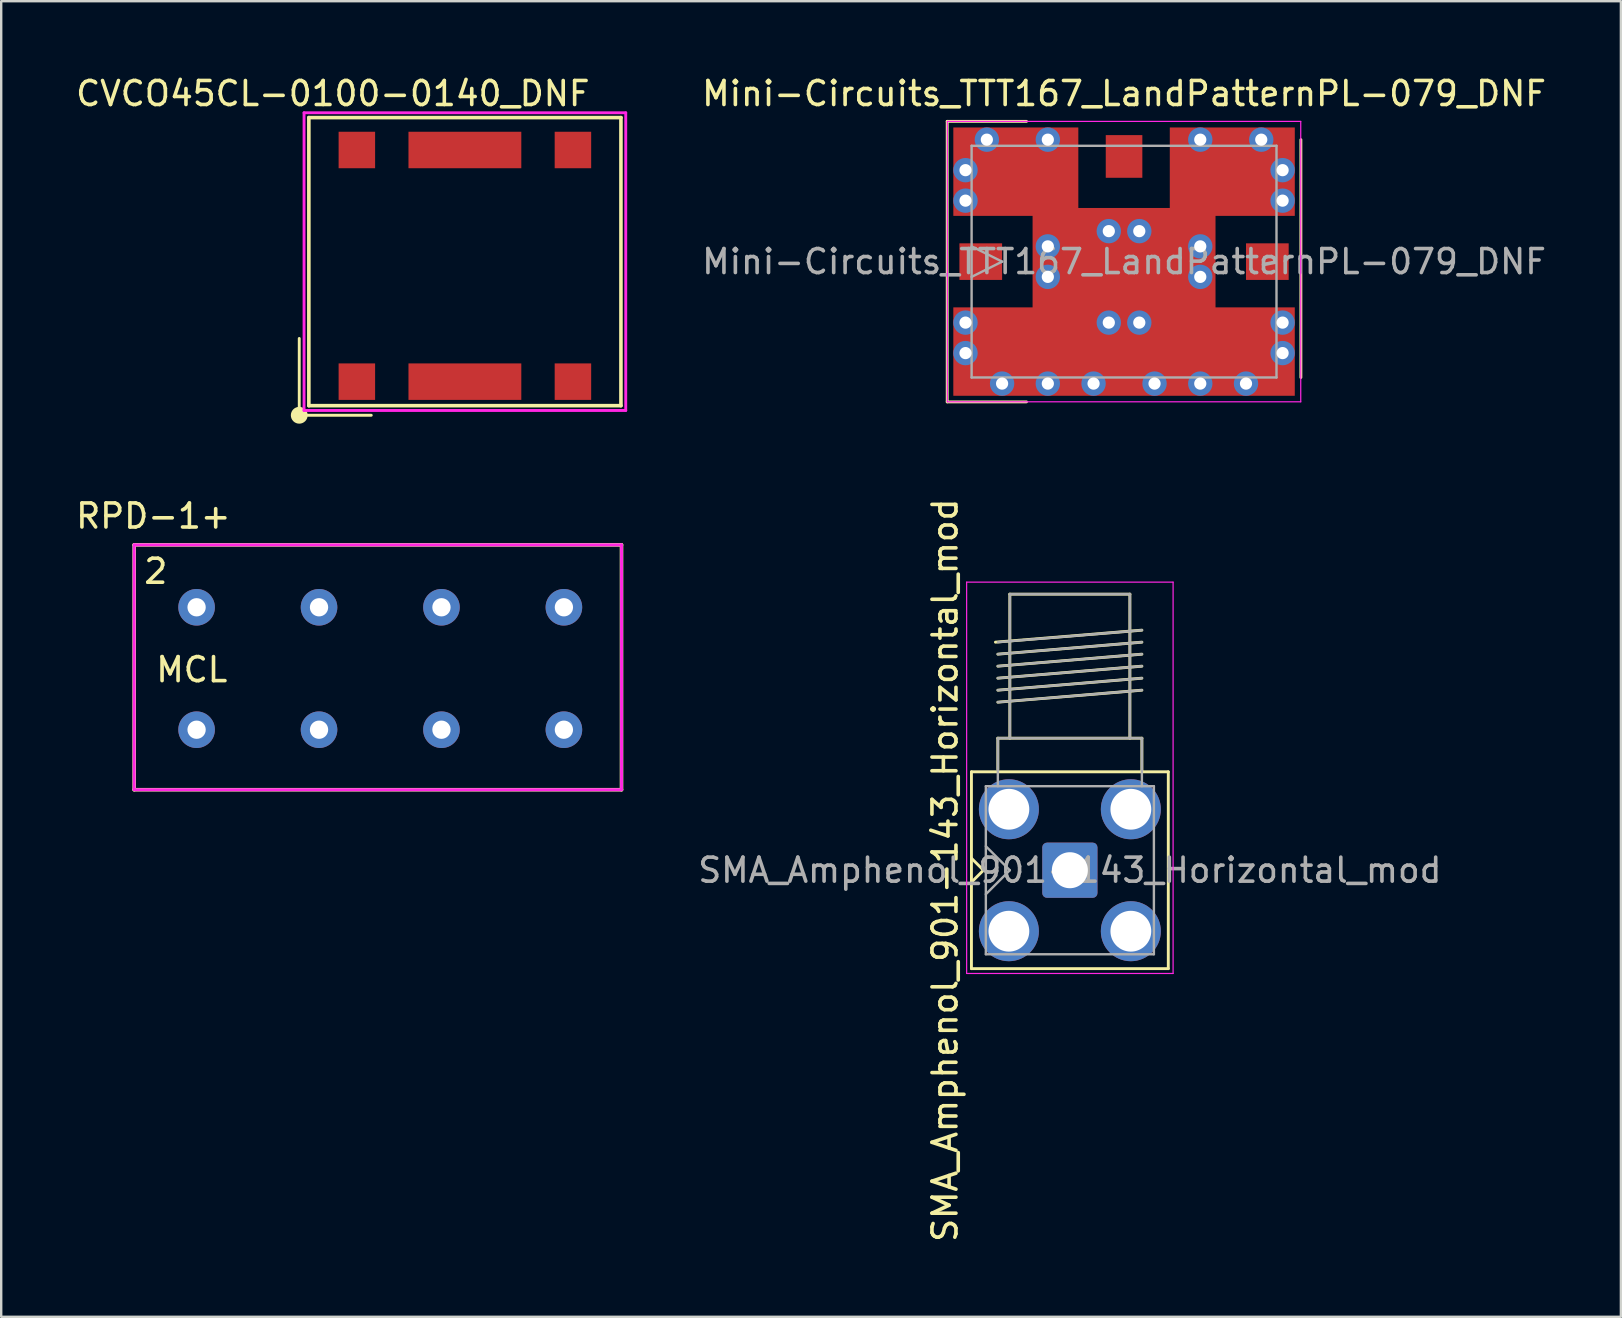
<source format=kicad_pcb>
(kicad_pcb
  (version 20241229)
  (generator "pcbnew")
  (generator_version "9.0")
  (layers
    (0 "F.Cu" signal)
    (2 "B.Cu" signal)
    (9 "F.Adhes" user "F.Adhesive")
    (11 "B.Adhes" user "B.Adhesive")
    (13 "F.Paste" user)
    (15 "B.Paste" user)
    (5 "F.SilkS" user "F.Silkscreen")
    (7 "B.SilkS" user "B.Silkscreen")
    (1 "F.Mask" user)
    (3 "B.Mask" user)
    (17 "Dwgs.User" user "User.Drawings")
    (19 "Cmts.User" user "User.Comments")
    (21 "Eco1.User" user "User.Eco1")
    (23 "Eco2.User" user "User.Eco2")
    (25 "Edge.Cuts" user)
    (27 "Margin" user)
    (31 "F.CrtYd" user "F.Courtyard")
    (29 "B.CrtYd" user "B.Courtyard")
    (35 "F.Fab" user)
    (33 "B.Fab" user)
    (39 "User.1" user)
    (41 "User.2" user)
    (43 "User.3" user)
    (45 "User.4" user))
  (footprint "CVCO45CL-0100-0140_DNF"
    (layer "F.Cu")
    (at 11.815 12.848)
    (property "Reference" "CVCO45CL-0100-0140_DNF" (at -1 -12 0) (layer "F.SilkS") (effects (font (size 1 1) (thickness 0.15))))
    (attr smd)
    (fp_line (start -2.4 -1.8) (end -2.4 1.4) (stroke (width 0.12) (type default)) (layer "F.SilkS"))
    (fp_line (start -2.4 1.4) (end 0.6 1.4) (stroke (width 0.12) (type default)) (layer "F.SilkS"))
    (fp_line (start -2 -11) (end -2 1) (stroke (width 0.15) (type solid)) (layer "F.SilkS"))
    (fp_line (start -2 1) (end 11 1) (stroke (width 0.15) (type solid)) (layer "F.SilkS"))
    (fp_line (start 11 -11) (end -2 -11) (stroke (width 0.15) (type solid)) (layer "F.SilkS"))
    (fp_line (start 11 1) (end 11 -11) (stroke (width 0.15) (type solid)) (layer "F.SilkS"))
    (fp_circle (center -2.4 1.4) (end -2.1 1.4) (stroke (width 0.1) (type solid)) (fill yes) (layer "F.SilkS"))
    (fp_line (start -2.2 -11.2) (end 11.2 -11.2) (stroke (width 0.12) (type solid)) (layer "F.CrtYd"))
    (fp_line (start -2.2 1.2) (end -2.2 -11.2) (stroke (width 0.12) (type solid)) (layer "F.CrtYd"))
    (fp_line (start 11.2 -11.2) (end 11.2 1.2) (stroke (width 0.12) (type solid)) (layer "F.CrtYd"))
    (fp_line (start 11.2 1.2) (end -2.2 1.2) (stroke (width 0.12) (type solid)) (layer "F.CrtYd"))
    (pad "1" smd rect (at 0 0) (size 1.52 1.52) (layers "F.Cu" "F.Mask"))
    (pad "2" smd rect (at 4.5 0) (size 4.7 1.52) (layers "F.Cu" "F.Mask"))
    (pad "3" smd rect (at 9 0) (size 1.52 1.52) (layers "F.Cu" "F.Mask"))
    (pad "4" smd rect (at 9 -9.65) (size 1.52 1.52) (layers "F.Cu" "F.Mask"))
    (pad "5" smd rect (at 4.5 -9.65) (size 4.7 1.52) (layers "F.Cu" "F.Mask"))
    (pad "6" smd rect (at 0 -9.65) (size 1.52 1.52) (layers "F.Cu" "F.Mask")))
  (footprint "RPD-1+"
    (layer "F.Cu")
    (at 5.039 22.146)
    (property "Reference" "RPD-1+" (at -1.7 -3.7 0) (layer "F.SilkS") (effects (font (size 1 1) (thickness 0.15))))
    (attr through_hole)
    (fp_line (start -2.5 -2.5) (end 17.8 -2.5) (stroke (width 0.15) (type solid)) (layer "F.SilkS"))
    (fp_line (start -2.5 7.7) (end -2.5 -2.5) (stroke (width 0.15) (type solid)) (layer "F.SilkS"))
    (fp_line (start 17.8 -2.5) (end 17.8 7.7) (stroke (width 0.15) (type solid)) (layer "F.SilkS"))
    (fp_line (start 17.8 7.7) (end -2.5 7.7) (stroke (width 0.15) (type solid)) (layer "F.SilkS"))
    (fp_line (start -2.5 -2.5) (end 17.8 -2.5) (stroke (width 0.12) (type solid)) (layer "F.CrtYd"))
    (fp_line (start -2.5 7.7) (end -2.5 -2.5) (stroke (width 0.12) (type solid)) (layer "F.CrtYd"))
    (fp_line (start 17.8 -2.5) (end 17.8 7.7) (stroke (width 0.12) (type solid)) (layer "F.CrtYd"))
    (fp_line (start 17.8 7.7) (end -2.5 7.7) (stroke (width 0.12) (type solid)) (layer "F.CrtYd"))
    (fp_text user "2" (at -1.6 -1.4 0) (layer "F.SilkS") (effects (font (size 1 1) (thickness 0.15))))
    (fp_text user "MCL" (at -0.1 2.7 0) (layer "F.SilkS") (effects (font (size 1 1) (thickness 0.15))))
    (pad "1" thru_hole circle (at 0.1 5.2 180) (size 1.524 1.524) (drill 0.762) (layers "*.Cu" "*.Mask"))
    (pad "2" thru_hole circle (at 0.1 0.1 180) (size 1.524 1.524) (drill 0.762) (layers "*.Cu" "*.Mask"))
    (pad "3" thru_hole circle (at 5.2 5.2 180) (size 1.524 1.524) (drill 0.762) (layers "*.Cu" "*.Mask"))
    (pad "4" thru_hole circle (at 5.2 0.1 180) (size 1.524 1.524) (drill 0.762) (layers "*.Cu" "*.Mask"))
    (pad "5" thru_hole circle (at 10.3 5.2 180) (size 1.524 1.524) (drill 0.762) (layers "*.Cu" "*.Mask"))
    (pad "6" thru_hole circle (at 10.3 0.1 180) (size 1.524 1.524) (drill 0.762) (layers "*.Cu" "*.Mask"))
    (pad "7" thru_hole circle (at 15.4 5.2 180) (size 1.524 1.524) (drill 0.762) (layers "*.Cu" "*.Mask"))
    (pad "8" thru_hole circle (at 15.4 0.1 180) (size 1.524 1.524) (drill 0.762) (layers "*.Cu" "*.Mask")))
  (footprint "SMA_Amphenol_901-143_Horizontal_mod"
    (layer "F.Cu")
    (at 41.515 33.199)
    (property "Reference" "SMA_Amphenol_901-143_Horizontal_mod" (at -5.2 0 90) (layer "F.SilkS") (effects (font (size 1 1) (thickness 0.15))))
    (attr through_hole)
    (fp_line (start -4.1 -4.1) (end -4.1 4.1) (stroke (width 0.12) (type solid)) (layer "F.SilkS"))
    (fp_line (start -4.1 -4.1) (end 4.1 -4.1) (stroke (width 0.12) (type solid)) (layer "F.SilkS"))
    (fp_line (start -4.1 0.5) (end -3.6 0) (stroke (width 0.12) (type solid)) (layer "F.SilkS"))
    (fp_line (start -4.1 4.1) (end 4.1 4.1) (stroke (width 0.12) (type solid)) (layer "F.SilkS"))
    (fp_line (start -3.6 0) (end -4.1 -0.5) (stroke (width 0.12) (type solid)) (layer "F.SilkS"))
    (fp_line (start -3 -8.5) (end 3 -9) (stroke (width 0.12) (type default)) (layer "F.SilkS"))
    (fp_line (start -3 -7.5) (end 3 -8) (stroke (width 0.12) (type default)) (layer "F.SilkS"))
    (fp_line (start -3 -7) (end 3 -7.5) (stroke (width 0.12) (type default)) (layer "F.SilkS"))
    (fp_line (start -3 -5.5) (end 3 -5.5) (stroke (width 0.12) (type default)) (layer "F.SilkS"))
    (fp_line (start -3 -4.2) (end -3 -5.5) (stroke (width 0.12) (type default)) (layer "F.SilkS"))
    (fp_line (start -2.5 -11.5) (end 2.5 -11.5) (stroke (width 0.12) (type default)) (layer "F.SilkS"))
    (fp_line (start -2.5 -5.5) (end -2.5 -11.5) (stroke (width 0.12) (type default)) (layer "F.SilkS"))
    (fp_line (start 2.5 -11.5) (end 2.5 -5.5) (stroke (width 0.12) (type default)) (layer "F.SilkS"))
    (fp_line (start 3 -10) (end -3.1 -9.5) (stroke (width 0.12) (type default)) (layer "F.SilkS"))
    (fp_line (start 3 -9.5) (end -3 -9) (stroke (width 0.12) (type default)) (layer "F.SilkS"))
    (fp_line (start 3 -8.5) (end -3 -8) (stroke (width 0.12) (type default)) (layer "F.SilkS"))
    (fp_line (start 3 -5.5) (end 3 -4.1) (stroke (width 0.12) (type default)) (layer "F.SilkS"))
    (fp_line (start 4.1 -4.1) (end 4.1 4.1) (stroke (width 0.12) (type solid)) (layer "F.SilkS"))
    (fp_line (start -4.3 -12) (end -4.3 4.3) (stroke (width 0.05) (type solid)) (layer "F.CrtYd"))
    (fp_line (start -4.3 -12) (end 4.3 -12) (stroke (width 0.05) (type solid)) (layer "F.CrtYd"))
    (fp_line (start 4.3 4.3) (end -4.3 4.3) (stroke (width 0.05) (type solid)) (layer "F.CrtYd"))
    (fp_line (start 4.3 4.3) (end 4.3 -12) (stroke (width 0.05) (type solid)) (layer "F.CrtYd"))
    (fp_line (start -3.5 -3.5) (end -3.5 3.5) (stroke (width 0.1) (type solid)) (layer "F.Fab"))
    (fp_line (start -3.5 -3.5) (end 3.5 -3.5) (stroke (width 0.1) (type solid)) (layer "F.Fab"))
    (fp_line (start -3.5 -1) (end -2.5 0) (stroke (width 0.1) (type solid)) (layer "F.Fab"))
    (fp_line (start -3.5 3.5) (end 3.5 3.5) (stroke (width 0.1) (type solid)) (layer "F.Fab"))
    (fp_line (start -3 -9.5) (end 3 -10) (stroke (width 0.1) (type solid)) (layer "F.Fab"))
    (fp_line (start -3 -9) (end 3 -9.5) (stroke (width 0.1) (type solid)) (layer "F.Fab"))
    (fp_line (start -3 -8.5) (end 3 -9) (stroke (width 0.1) (type solid)) (layer "F.Fab"))
    (fp_line (start -3 -8) (end 3 -8.5) (stroke (width 0.1) (type solid)) (layer "F.Fab"))
    (fp_line (start -3 -7.5) (end 3 -8) (stroke (width 0.1) (type solid)) (layer "F.Fab"))
    (fp_line (start -3 -7) (end 3 -7.5) (stroke (width 0.1) (type solid)) (layer "F.Fab"))
    (fp_line (start -3 -5.5) (end -3 -3.5) (stroke (width 0.1) (type solid)) (layer "F.Fab"))
    (fp_line (start -2.5 -11.5) (end -2.5 -5.5) (stroke (width 0.1) (type solid)) (layer "F.Fab"))
    (fp_line (start -2.5 -11.5) (end 2.5 -11.5) (stroke (width 0.1) (type solid)) (layer "F.Fab"))
    (fp_line (start -2.5 0) (end -3.5 1) (stroke (width 0.1) (type solid)) (layer "F.Fab"))
    (fp_line (start 2.5 -11.5) (end 2.5 -5.5) (stroke (width 0.1) (type solid)) (layer "F.Fab"))
    (fp_line (start 3 -5.5) (end -3 -5.5) (stroke (width 0.1) (type solid)) (layer "F.Fab"))
    (fp_line (start 3 -5.5) (end 3 -3.5) (stroke (width 0.1) (type solid)) (layer "F.Fab"))
    (fp_line (start 3.5 -3.5) (end 3.5 3.5) (stroke (width 0.1) (type solid)) (layer "F.Fab"))
    (fp_text user "${REFERENCE}" (at 0 0 0) (layer "F.Fab") (effects (font (size 1 1) (thickness 0.15))))
    (pad "1" thru_hole roundrect (at 0 0) (size 2.3 2.3) (drill 1.5) (layers "*.Cu" "*.Mask") (remove_unused_layers yes) (keep_end_layers yes) (zone_layer_connections) (roundrect_rratio 0.087))
    (pad "2" thru_hole circle (at -2.54 -2.54) (size 2.5 2.5) (drill 1.7) (layers "*.Cu" "*.Mask") (remove_unused_layers yes) (keep_end_layers yes) (zone_layer_connections))
    (pad "2" thru_hole circle (at -2.54 2.54) (size 2.5 2.5) (drill 1.7) (layers "*.Cu" "*.Mask") (remove_unused_layers yes) (keep_end_layers yes) (zone_layer_connections))
    (pad "2" thru_hole circle (at 2.54 -2.54) (size 2.5 2.5) (drill 1.7) (layers "*.Cu" "*.Mask") (remove_unused_layers yes) (keep_end_layers yes) (zone_layer_connections))
    (pad "2" thru_hole circle (at 2.54 2.54) (size 2.5 2.5) (drill 1.7) (layers "*.Cu" "*.Mask") (remove_unused_layers yes) (keep_end_layers yes) (zone_layer_connections)))
  (footprint "Mini-Circuits_TTT167_LandPatternPL-079_DNF"
    (layer "F.Cu")
    (at 43.772 7.848)
    (property "Reference" "Mini-Circuits_TTT167_LandPatternPL-079_DNF" (at 0 -7 180) (layer "F.SilkS") (effects (font (size 1 1) (thickness 0.15))))
    (attr smd)
    (fp_line (start -7.366 -5.842) (end -7.366 5.842) (stroke (width 0.12) (type solid)) (layer "F.SilkS"))
    (fp_line (start -7.366 5.842) (end -4.064 5.842) (stroke (width 0.12) (type solid)) (layer "F.SilkS"))
    (fp_line (start -4.064 -5.842) (end -7.366 -5.842) (stroke (width 0.12) (type solid)) (layer "F.SilkS"))
    (fp_line (start 7.366 4.826) (end 7.366 -5.08) (stroke (width 0.12) (type solid)) (layer "F.SilkS"))
    (fp_line (start -7.36 -5.84) (end -7.36 5.84) (stroke (width 0.05) (type solid)) (layer "F.CrtYd"))
    (fp_line (start -7.36 -5.84) (end 7.36 -5.84) (stroke (width 0.05) (type solid)) (layer "F.CrtYd"))
    (fp_line (start 7.36 5.84) (end -7.36 5.84) (stroke (width 0.05) (type solid)) (layer "F.CrtYd"))
    (fp_line (start 7.36 5.84) (end 7.36 -5.84) (stroke (width 0.05) (type solid)) (layer "F.CrtYd"))
    (fp_line (start -6.35 -4.826) (end 6.35 -4.826) (stroke (width 0.1) (type solid)) (layer "F.Fab"))
    (fp_line (start -6.35 -0.635) (end -5.08 0) (stroke (width 0.1) (type solid)) (layer "F.Fab"))
    (fp_line (start -6.35 4.826) (end -6.35 -4.826) (stroke (width 0.1) (type solid)) (layer "F.Fab"))
    (fp_line (start -5.08 0) (end -6.35 0.635) (stroke (width 0.1) (type solid)) (layer "F.Fab"))
    (fp_line (start 6.35 -4.826) (end 6.35 4.826) (stroke (width 0.1) (type solid)) (layer "F.Fab"))
    (fp_line (start 6.35 4.826) (end -6.35 4.826) (stroke (width 0.1) (type solid)) (layer "F.Fab"))
    (fp_text user "${REFERENCE}" (at 0 0 180) (layer "F.Fab") (effects (font (size 1 1) (thickness 0.15))))
    (pad "1" smd rect (at -5.969 0) (size 1.778 1.524) (layers "F.Cu" "F.Mask"))
    (pad "2" smd rect (at 5.969 0 180) (size 1.778 1.524) (layers "F.Cu" "F.Mask"))
    (pad "3" smd rect (at 0 -4.381 270) (size 1.778 1.524) (layers "F.Cu" "F.Mask"))
    (pad "4" thru_hole circle (at -6.604 -3.81 90) (size 1.016 1.016) (drill 0.508) (layers "*.Cu"))
    (pad "4" thru_hole circle (at -6.604 -2.54 90) (size 1.016 1.016) (drill 0.508) (layers "*.Cu"))
    (pad "4" thru_hole circle (at -6.604 2.54 90) (size 1.016 1.016) (drill 0.508) (layers "*.Cu"))
    (pad "4" thru_hole circle (at -6.604 3.81 90) (size 1.016 1.016) (drill 0.508) (layers "*.Cu"))
    (pad "4" thru_hole circle (at -5.715 -5.08 90) (size 1.016 1.016) (drill 0.508) (layers "*.Cu"))
    (pad "4" thru_hole circle (at -5.08 5.08 90) (size 1.016 1.016) (drill 0.508) (layers "*.Cu"))
    (pad "4" thru_hole circle (at -3.175 -5.08 90) (size 1.016 1.016) (drill 0.508) (layers "*.Cu"))
    (pad "4" thru_hole circle (at -3.175 -0.635 90) (size 1.016 1.016) (drill 0.508) (layers "*.Cu"))
    (pad "4" thru_hole circle (at -3.175 0.635 90) (size 1.016 1.016) (drill 0.508) (layers "*.Cu"))
    (pad "4" thru_hole circle (at -3.175 5.08 90) (size 1.016 1.016) (drill 0.508) (layers "*.Cu"))
    (pad "4" smd rect (at -1.905 -5.588 180) (size 5.207 3.683) (drill (offset 2.603 -1.841)) (layers "F.Cu"))
    (pad "4" thru_hole circle (at -1.27 5.08 90) (size 1.016 1.016) (drill 0.508) (layers "*.Cu"))
    (pad "4" thru_hole circle (at -0.635 -1.27 90) (size 1.016 1.016) (drill 0.508) (layers "*.Cu"))
    (pad "4" thru_hole circle (at -0.635 2.54 90) (size 1.016 1.016) (drill 0.508) (layers "*.Cu"))
    (pad "4" smd rect (at 0 0 180) (size 7.62 4.47) (layers "F.Cu"))
    (pad "4" smd rect (at 0 4.381 90) (size 1.778 1.524) (layers "F.Cu" "F.Mask"))
    (pad "4" smd rect (at 0 5.588 180) (size 14.224 3.683) (drill (offset 0 1.841)) (layers "F.Cu"))
    (pad "4" thru_hole circle (at 0.635 -1.27 90) (size 1.016 1.016) (drill 0.508) (layers "*.Cu"))
    (pad "4" thru_hole circle (at 0.635 2.54 90) (size 1.016 1.016) (drill 0.508) (layers "*.Cu"))
    (pad "4" thru_hole circle (at 1.27 5.08 90) (size 1.016 1.016) (drill 0.508) (layers "*.Cu"))
    (pad "4" thru_hole circle (at 3.175 -5.08 90) (size 1.016 1.016) (drill 0.508) (layers "*.Cu"))
    (pad "4" thru_hole circle (at 3.175 -0.635 90) (size 1.016 1.016) (drill 0.508) (layers "*.Cu"))
    (pad "4" thru_hole circle (at 3.175 0.635 90) (size 1.016 1.016) (drill 0.508) (layers "*.Cu"))
    (pad "4" thru_hole circle (at 3.175 5.08 90) (size 1.016 1.016) (drill 0.508) (layers "*.Cu"))
    (pad "4" thru_hole circle (at 5.08 5.08 90) (size 1.016 1.016) (drill 0.508) (layers "*.Cu"))
    (pad "4" thru_hole circle (at 5.715 -5.08 90) (size 1.016 1.016) (drill 0.508) (layers "*.Cu"))
    (pad "4" thru_hole circle (at 6.604 -3.81 90) (size 1.016 1.016) (drill 0.508) (layers "*.Cu"))
    (pad "4" thru_hole circle (at 6.604 -2.54 90) (size 1.016 1.016) (drill 0.508) (layers "*.Cu"))
    (pad "4" thru_hole circle (at 6.604 2.54 90) (size 1.016 1.016) (drill 0.508) (layers "*.Cu"))
    (pad "4" thru_hole circle (at 6.604 3.81 90) (size 1.016 1.016) (drill 0.508) (layers "*.Cu"))
    (pad "4" smd rect (at 7.112 -5.588 180) (size 5.207 3.683) (drill (offset 2.603 -1.841)) (layers "F.Cu"))
    (pad "5" smd rect (at 4.445 -4.381 270) (size 1.778 1.524) (layers "F.Cu" "F.Mask"))
    (pad "6" smd rect (at -4.445 -4.381 270) (size 1.778 1.524) (layers "F.Cu" "F.Mask")))
  (gr_rect
    (start -3 -3)
    (end 64.468 51.801)
    (stroke (width 0.1) (type default))
    (fill no)
    (layer "Edge.Cuts")))
</source>
